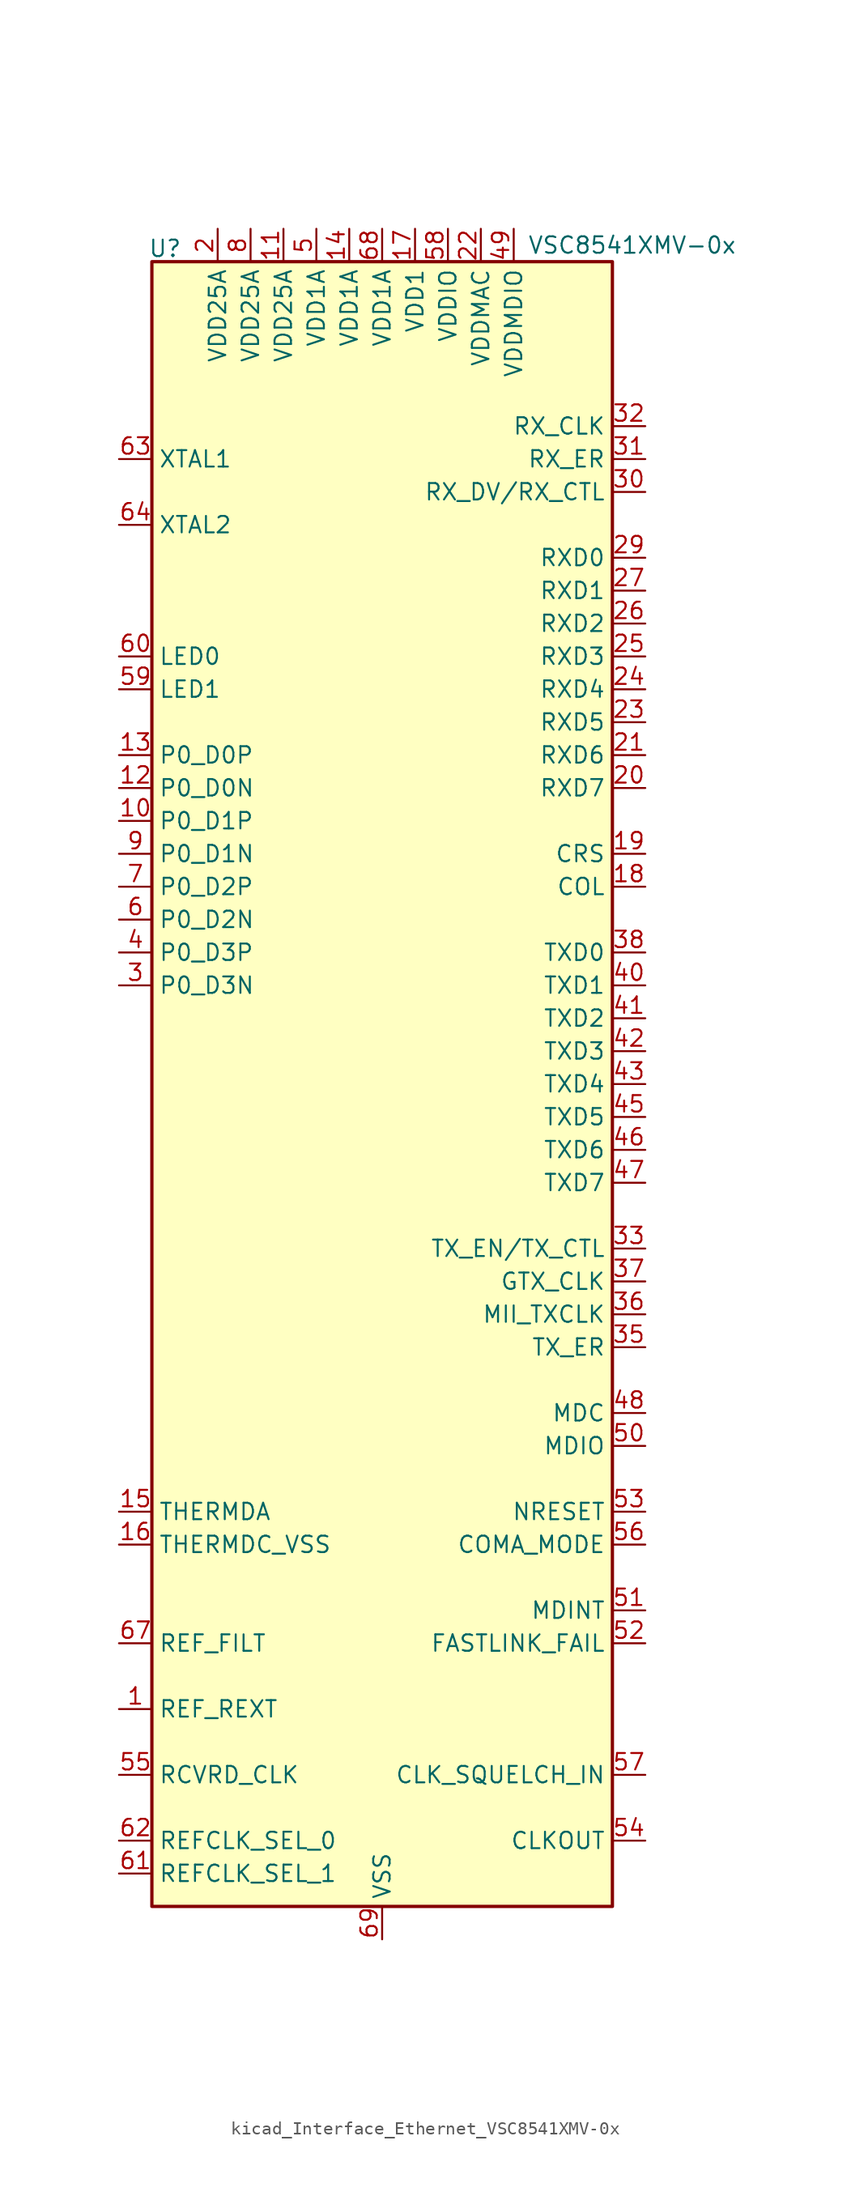
<source format=kicad_sym>
(kicad_symbol_lib
  (version 20220914)
  (generator kicad_symbol_editor)
  (symbol "kicad_Interface_Ethernet_VSC8541XMV-0x"
    (property "Reference" "U"
      (at -16.764 64.516 0)
      (effects (font (size 1.27 1.27))))
    (property "Value" "VSC8541XMV-0x"
      (at 19.304 64.77 0)
      (effects (font (size 1.27 1.27))))
    (symbol "kicad_Interface_Ethernet_VSC8541XMV-0x_0_1"
      (rectangle (start 17.78 -63.5) (end -17.78 63.5) (stroke (width 0.254) (type default)) (fill (type background)))
      (pin passive line (at -20.32 -48.26 0) (length 2.54) (name "REF_REXT" (effects (font (size 1.27 1.27)))) (number "1" (effects (font (size 1.27 1.27)))))
      (pin passive line (at -20.32 20.32 0) (length 2.54) (name "P0_D1P" (effects (font (size 1.27 1.27)))) (number "10" (effects (font (size 1.27 1.27)))))
      (pin power_in line (at -7.62 66.04 270) (length 2.54) (name "VDD25A" (effects (font (size 1.27 1.27)))) (number "11" (effects (font (size 1.27 1.27)))))
      (pin passive line (at -20.32 22.86 0) (length 2.54) (name "P0_D0N" (effects (font (size 1.27 1.27)))) (number "12" (effects (font (size 1.27 1.27)))))
      (pin passive line (at -20.32 25.4 0) (length 2.54) (name "P0_D0P" (effects (font (size 1.27 1.27)))) (number "13" (effects (font (size 1.27 1.27)))))
      (pin power_in line (at -2.54 66.04 270) (length 2.54) (name "VDD1A" (effects (font (size 1.27 1.27)))) (number "14" (effects (font (size 1.27 1.27)))))
      (pin passive line (at -20.32 -33.02 0) (length 2.54) (name "THERMDA" (effects (font (size 1.27 1.27)))) (number "15" (effects (font (size 1.27 1.27)))))
      (pin passive line (at -20.32 -35.56 0) (length 2.54) (name "THERMDC_VSS" (effects (font (size 1.27 1.27)))) (number "16" (effects (font (size 1.27 1.27)))))
      (pin power_in line (at 2.54 66.04 270) (length 2.54) (name "VDD1" (effects (font (size 1.27 1.27)))) (number "17" (effects (font (size 1.27 1.27)))))
      (pin bidirectional line (at 20.32 15.24 180) (length 2.54) (name "COL" (effects (font (size 1.27 1.27)))) (number "18" (effects (font (size 1.27 1.27)))))
      (pin bidirectional line (at 20.32 17.78 180) (length 2.54) (name "CRS" (effects (font (size 1.27 1.27)))) (number "19" (effects (font (size 1.27 1.27)))))
      (pin power_in line (at -12.7 66.04 270) (length 2.54) (name "VDD25A" (effects (font (size 1.27 1.27)))) (number "2" (effects (font (size 1.27 1.27)))))
      (pin bidirectional line (at 20.32 22.86 180) (length 2.54) (name "RXD7" (effects (font (size 1.27 1.27)))) (number "20" (effects (font (size 1.27 1.27)))))
      (pin bidirectional line (at 20.32 25.4 180) (length 2.54) (name "RXD6" (effects (font (size 1.27 1.27)))) (number "21" (effects (font (size 1.27 1.27)))))
      (pin power_in line (at 7.62 66.04 270) (length 2.54) (name "VDDMAC" (effects (font (size 1.27 1.27)))) (number "22" (effects (font (size 1.27 1.27)))))
      (pin bidirectional line (at 20.32 27.94 180) (length 2.54) (name "RXD5" (effects (font (size 1.27 1.27)))) (number "23" (effects (font (size 1.27 1.27)))))
      (pin bidirectional line (at 20.32 30.48 180) (length 2.54) (name "RXD4" (effects (font (size 1.27 1.27)))) (number "24" (effects (font (size 1.27 1.27)))))
      (pin bidirectional line (at 20.32 33.02 180) (length 2.54) (name "RXD3" (effects (font (size 1.27 1.27)))) (number "25" (effects (font (size 1.27 1.27)))))
      (pin bidirectional line (at 20.32 35.56 180) (length 2.54) (name "RXD2" (effects (font (size 1.27 1.27)))) (number "26" (effects (font (size 1.27 1.27)))))
      (pin bidirectional line (at 20.32 38.1 180) (length 2.54) (name "RXD1" (effects (font (size 1.27 1.27)))) (number "27" (effects (font (size 1.27 1.27)))))
      (pin passive line (at 7.62 66.04 270) (length 2.54) hide (name "VDDMAC" (effects (font (size 1.27 1.27)))) (number "28" (effects (font (size 1.27 1.27)))))
      (pin bidirectional line (at 20.32 40.64 180) (length 2.54) (name "RXD0" (effects (font (size 1.27 1.27)))) (number "29" (effects (font (size 1.27 1.27)))))
      (pin passive line (at -20.32 7.62 0) (length 2.54) (name "P0_D3N" (effects (font (size 1.27 1.27)))) (number "3" (effects (font (size 1.27 1.27)))))
      (pin bidirectional line (at 20.32 45.72 180) (length 2.54) (name "RX_DV/RX_CTL" (effects (font (size 1.27 1.27)))) (number "30" (effects (font (size 1.27 1.27)))))
      (pin bidirectional line (at 20.32 48.26 180) (length 2.54) (name "RX_ER" (effects (font (size 1.27 1.27)))) (number "31" (effects (font (size 1.27 1.27)))))
      (pin bidirectional line (at 20.32 50.8 180) (length 2.54) (name "RX_CLK" (effects (font (size 1.27 1.27)))) (number "32" (effects (font (size 1.27 1.27)))))
      (pin input line (at 20.32 -12.7 180) (length 2.54) (name "TX_EN/TX_CTL" (effects (font (size 1.27 1.27)))) (number "33" (effects (font (size 1.27 1.27)))))
      (pin passive line (at 2.54 66.04 270) (length 2.54) hide (name "VDD1" (effects (font (size 1.27 1.27)))) (number "34" (effects (font (size 1.27 1.27)))))
      (pin input line (at 20.32 -20.32 180) (length 2.54) (name "TX_ER" (effects (font (size 1.27 1.27)))) (number "35" (effects (font (size 1.27 1.27)))))
      (pin bidirectional line (at 20.32 -17.78 180) (length 2.54) (name "MII_TXCLK" (effects (font (size 1.27 1.27)))) (number "36" (effects (font (size 1.27 1.27)))))
      (pin input line (at 20.32 -15.24 180) (length 2.54) (name "GTX_CLK" (effects (font (size 1.27 1.27)))) (number "37" (effects (font (size 1.27 1.27)))))
      (pin input line (at 20.32 10.16 180) (length 2.54) (name "TXD0" (effects (font (size 1.27 1.27)))) (number "38" (effects (font (size 1.27 1.27)))))
      (pin passive line (at 7.62 66.04 270) (length 2.54) hide (name "VDDMAC" (effects (font (size 1.27 1.27)))) (number "39" (effects (font (size 1.27 1.27)))))
      (pin passive line (at -20.32 10.16 0) (length 2.54) (name "P0_D3P" (effects (font (size 1.27 1.27)))) (number "4" (effects (font (size 1.27 1.27)))))
      (pin input line (at 20.32 7.62 180) (length 2.54) (name "TXD1" (effects (font (size 1.27 1.27)))) (number "40" (effects (font (size 1.27 1.27)))))
      (pin input line (at 20.32 5.08 180) (length 2.54) (name "TXD2" (effects (font (size 1.27 1.27)))) (number "41" (effects (font (size 1.27 1.27)))))
      (pin input line (at 20.32 2.54 180) (length 2.54) (name "TXD3" (effects (font (size 1.27 1.27)))) (number "42" (effects (font (size 1.27 1.27)))))
      (pin input line (at 20.32 0 180) (length 2.54) (name "TXD4" (effects (font (size 1.27 1.27)))) (number "43" (effects (font (size 1.27 1.27)))))
      (pin passive line (at 7.62 66.04 270) (length 2.54) hide (name "VDDMAC" (effects (font (size 1.27 1.27)))) (number "44" (effects (font (size 1.27 1.27)))))
      (pin input line (at 20.32 -2.54 180) (length 2.54) (name "TXD5" (effects (font (size 1.27 1.27)))) (number "45" (effects (font (size 1.27 1.27)))))
      (pin input line (at 20.32 -5.08 180) (length 2.54) (name "TXD6" (effects (font (size 1.27 1.27)))) (number "46" (effects (font (size 1.27 1.27)))))
      (pin input line (at 20.32 -7.62 180) (length 2.54) (name "TXD7" (effects (font (size 1.27 1.27)))) (number "47" (effects (font (size 1.27 1.27)))))
      (pin input line (at 20.32 -25.4 180) (length 2.54) (name "MDC" (effects (font (size 1.27 1.27)))) (number "48" (effects (font (size 1.27 1.27)))))
      (pin power_in line (at 10.16 66.04 270) (length 2.54) (name "VDDMDIO" (effects (font (size 1.27 1.27)))) (number "49" (effects (font (size 1.27 1.27)))))
      (pin power_in line (at -5.08 66.04 270) (length 2.54) (name "VDD1A" (effects (font (size 1.27 1.27)))) (number "5" (effects (font (size 1.27 1.27)))))
      (pin bidirectional line (at 20.32 -27.94 180) (length 2.54) (name "MDIO" (effects (font (size 1.27 1.27)))) (number "50" (effects (font (size 1.27 1.27)))))
      (pin output line (at 20.32 -40.64 180) (length 2.54) (name "MDINT" (effects (font (size 1.27 1.27)))) (number "51" (effects (font (size 1.27 1.27)))))
      (pin output line (at 20.32 -43.18 180) (length 2.54) (name "FASTLINK_FAIL" (effects (font (size 1.27 1.27)))) (number "52" (effects (font (size 1.27 1.27)))))
      (pin input line (at 20.32 -33.02 180) (length 2.54) (name "NRESET" (effects (font (size 1.27 1.27)))) (number "53" (effects (font (size 1.27 1.27)))))
      (pin bidirectional line (at 20.32 -58.42 180) (length 2.54) (name "CLKOUT" (effects (font (size 1.27 1.27)))) (number "54" (effects (font (size 1.27 1.27)))))
      (pin output line (at -20.32 -53.34 0) (length 2.54) (name "RCVRD_CLK" (effects (font (size 1.27 1.27)))) (number "55" (effects (font (size 1.27 1.27)))))
      (pin bidirectional line (at 20.32 -35.56 180) (length 2.54) (name "COMA_MODE" (effects (font (size 1.27 1.27)))) (number "56" (effects (font (size 1.27 1.27)))))
      (pin input line (at 20.32 -53.34 180) (length 2.54) (name "CLK_SQUELCH_IN" (effects (font (size 1.27 1.27)))) (number "57" (effects (font (size 1.27 1.27)))))
      (pin power_in line (at 5.08 66.04 270) (length 2.54) (name "VDDIO" (effects (font (size 1.27 1.27)))) (number "58" (effects (font (size 1.27 1.27)))))
      (pin output line (at -20.32 30.48 0) (length 2.54) (name "LED1" (effects (font (size 1.27 1.27)))) (number "59" (effects (font (size 1.27 1.27)))))
      (pin passive line (at -20.32 12.7 0) (length 2.54) (name "P0_D2N" (effects (font (size 1.27 1.27)))) (number "6" (effects (font (size 1.27 1.27)))))
      (pin output line (at -20.32 33.02 0) (length 2.54) (name "LED0" (effects (font (size 1.27 1.27)))) (number "60" (effects (font (size 1.27 1.27)))))
      (pin input line (at -20.32 -60.96 0) (length 2.54) (name "REFCLK_SEL_1" (effects (font (size 1.27 1.27)))) (number "61" (effects (font (size 1.27 1.27)))))
      (pin input line (at -20.32 -58.42 0) (length 2.54) (name "REFCLK_SEL_0" (effects (font (size 1.27 1.27)))) (number "62" (effects (font (size 1.27 1.27)))))
      (pin input line (at -20.32 48.26 0) (length 2.54) (name "XTAL1" (effects (font (size 1.27 1.27)))) (number "63" (effects (font (size 1.27 1.27)))))
      (pin output line (at -20.32 43.18 0) (length 2.54) (name "XTAL2" (effects (font (size 1.27 1.27)))) (number "64" (effects (font (size 1.27 1.27)))))
      (pin no_connect line (at -17.78 -20.32 0) (length 2.54) hide (name "RESERVED_1" (effects (font (size 1.27 1.27)))) (number "65" (effects (font (size 1.27 1.27)))))
      (pin no_connect line (at -17.78 -17.78 0) (length 2.54) hide (name "RESERVED_0" (effects (font (size 1.27 1.27)))) (number "66" (effects (font (size 1.27 1.27)))))
      (pin passive line (at -20.32 -43.18 0) (length 2.54) (name "REF_FILT" (effects (font (size 1.27 1.27)))) (number "67" (effects (font (size 1.27 1.27)))))
      (pin power_in line (at 0 66.04 270) (length 2.54) (name "VDD1A" (effects (font (size 1.27 1.27)))) (number "68" (effects (font (size 1.27 1.27)))))
      (pin power_in line (at 0 -66.04 90) (length 2.54) (name "VSS" (effects (font (size 1.27 1.27)))) (number "69" (effects (font (size 1.27 1.27)))))
      (pin passive line (at -20.32 15.24 0) (length 2.54) (name "P0_D2P" (effects (font (size 1.27 1.27)))) (number "7" (effects (font (size 1.27 1.27)))))
      (pin power_in line (at -10.16 66.04 270) (length 2.54) (name "VDD25A" (effects (font (size 1.27 1.27)))) (number "8" (effects (font (size 1.27 1.27)))))
      (pin passive line (at -20.32 17.78 0) (length 2.54) (name "P0_D1N" (effects (font (size 1.27 1.27)))) (number "9" (effects (font (size 1.27 1.27))))))))
</source>
